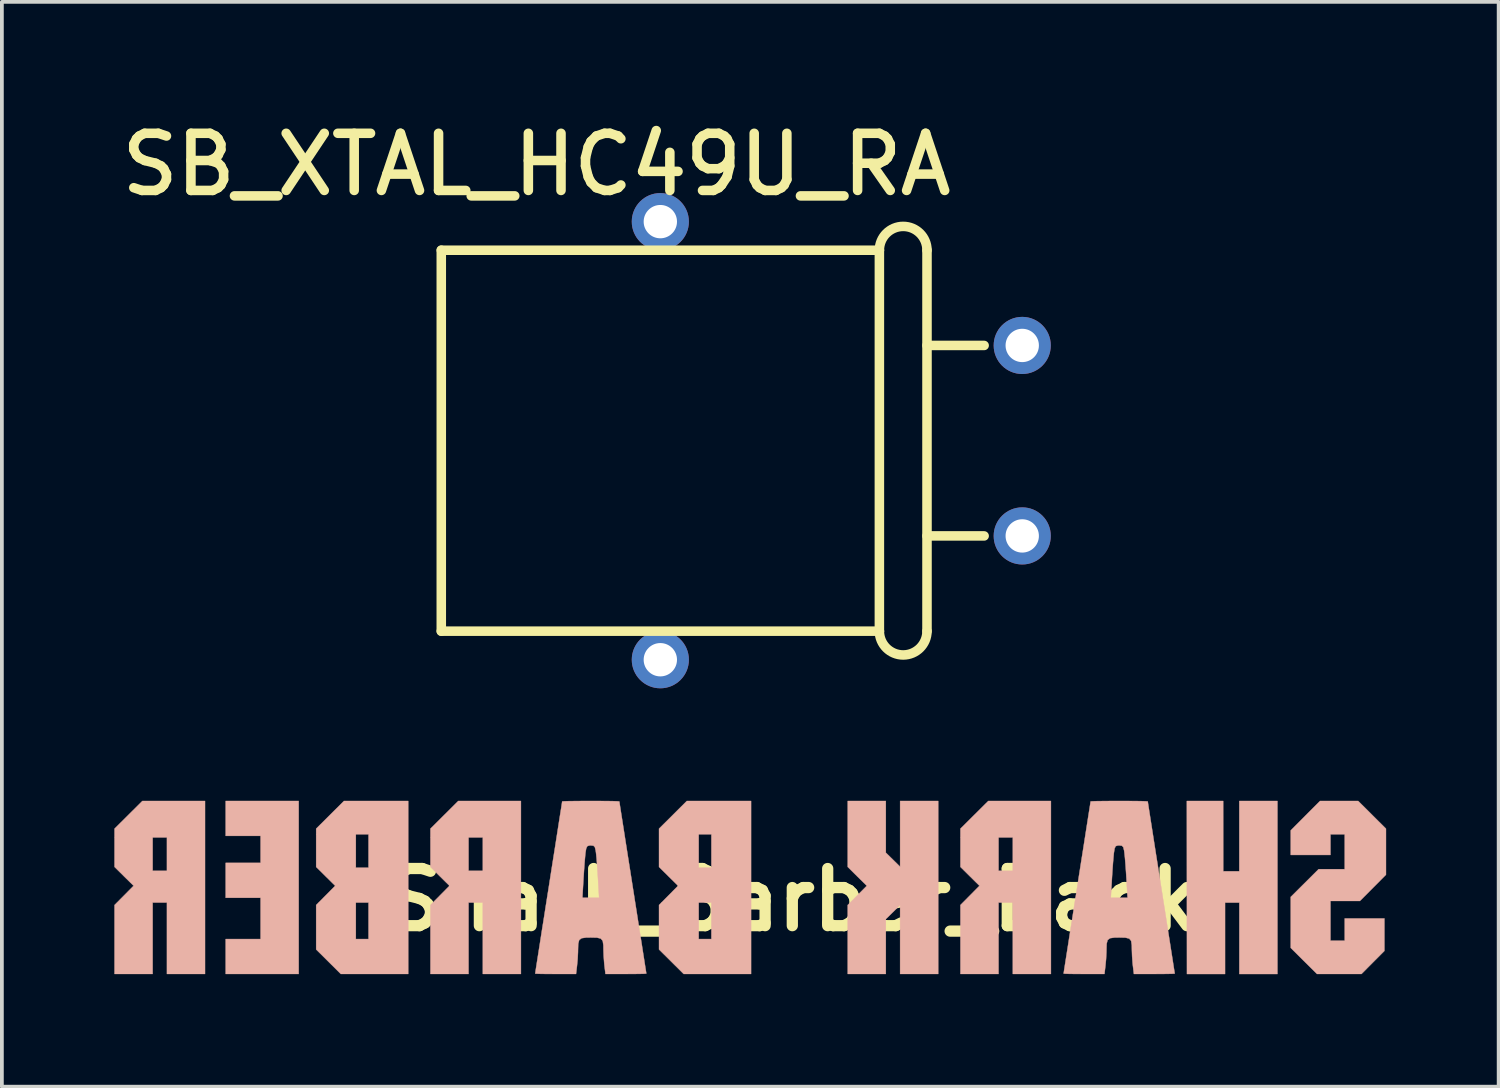
<source format=kicad_pcb>
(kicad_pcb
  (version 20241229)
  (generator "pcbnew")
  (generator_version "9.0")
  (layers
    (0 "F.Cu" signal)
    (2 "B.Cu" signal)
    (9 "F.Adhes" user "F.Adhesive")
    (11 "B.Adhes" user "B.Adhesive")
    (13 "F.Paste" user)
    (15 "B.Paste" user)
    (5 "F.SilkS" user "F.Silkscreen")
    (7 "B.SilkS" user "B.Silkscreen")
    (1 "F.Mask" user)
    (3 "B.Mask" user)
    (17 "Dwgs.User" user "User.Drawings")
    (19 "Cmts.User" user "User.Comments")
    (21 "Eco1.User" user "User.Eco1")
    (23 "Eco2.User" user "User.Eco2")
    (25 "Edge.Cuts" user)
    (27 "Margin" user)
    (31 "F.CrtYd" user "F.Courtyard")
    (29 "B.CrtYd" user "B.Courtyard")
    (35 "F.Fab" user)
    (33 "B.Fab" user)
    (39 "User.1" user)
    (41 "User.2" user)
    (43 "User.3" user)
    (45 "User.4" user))
  (footprint "SB_XTAL_HC49U_RA"
    (layer "F.Cu")
    (at 24.213 11.243)
    (property "Reference" "SB_XTAL_HC49U_RA" (at -12.954 -9.906 0) (layer "F.SilkS") (effects (font (size 1.524 1.524) (thickness 0.254))))
    (attr through_hole)
    (fp_line (start -15.494 -7.62) (end -15.494 2.54) (stroke (width 0.254) (type solid)) (layer "F.SilkS"))
    (fp_line (start -15.494 2.54) (end -3.81 2.54) (stroke (width 0.254) (type solid)) (layer "F.SilkS"))
    (fp_line (start -3.81 -7.62) (end -15.494 -7.62) (stroke (width 0.254) (type solid)) (layer "F.SilkS"))
    (fp_line (start -3.81 -7.62) (end -3.81 2.54) (stroke (width 0.254) (type solid)) (layer "F.SilkS"))
    (fp_line (start -2.54 -7.62) (end -2.54 2.54) (stroke (width 0.254) (type solid)) (layer "F.SilkS"))
    (fp_line (start -1.016 -5.08) (end -2.54 -5.08) (stroke (width 0.254) (type solid)) (layer "F.SilkS"))
    (fp_line (start -1.016 0) (end -2.54 0) (stroke (width 0.254) (type solid)) (layer "F.SilkS"))
    (fp_arc (start -3.81 -7.62) (mid -3.175 -8.255) (end -2.54 -7.62) (stroke (width 0.254) (type solid)) (layer "F.SilkS"))
    (fp_arc (start -2.54 2.54) (mid -3.175 3.175) (end -3.81 2.54) (stroke (width 0.254) (type solid)) (layer "F.SilkS"))
    (pad "1" thru_hole circle (at 0 0 270) (size 1.524 1.524) (drill 0.889) (layers "*.Cu" "*.Mask"))
    (pad "2" thru_hole circle (at -9.652 3.302 270) (size 1.524 1.524) (drill 0.889) (layers "*.Cu" "*.Mask"))
    (pad "3" thru_hole circle (at 0 -5.08 270) (size 1.524 1.524) (drill 0.889) (layers "*.Cu" "*.Mask"))
    (pad "4" thru_hole circle (at -9.652 -8.382 270) (size 1.524 1.524) (drill 0.889) (layers "*.Cu" "*.Mask")))
  (footprint "Shark_Barber_Back"
    (layer "F.Cu")
    (at 18.081 20.948)
    (property "Reference" "Shark_Barber_Back" (at 0 0 0) (layer "F.SilkS") (effects (font (size 1.524 1.524) (thickness 0.3))))
    (attr through_hole)
    (fp_poly (pts (xy 11.921 -0.762) (xy 11.492 -0.762) (xy 11.491 -2.636) (xy 10.522 -2.635) (xy 10.525 1.979) (xy 11.541 1.979) (xy 11.541 0.074) (xy 11.922 0.074) (xy 11.922 1.979) (xy 12.938 1.979) (xy 12.938 -2.635) (xy 11.921 -2.635)) (stroke (width 0.01) (type solid)) (fill yes) (layer "B.SilkS"))
    (fp_poly (pts (xy -15.112 -1.705) (xy -14.181 -1.705) (xy -14.181 -0.985) (xy -15.112 -0.985) (xy -15.112 -0.054) (xy -14.181 -0.054) (xy -14.181 1.047) (xy -15.112 1.047) (xy -15.112 1.978) (xy -13.165 1.978) (xy -13.165 -2.636) (xy -15.112 -2.636) (xy -15.112 -1.705)) (stroke (width 0.01) (type solid)) (fill yes) (layer "B.SilkS"))
    (fp_poly (pts (xy 2.875 -0.883) (xy 2.685 -1.07) (xy 2.494 -1.257) (xy 2.494 -2.636) (xy 1.478 -2.636) (xy 1.478 -0.877) (xy 1.732 -0.625) (xy 1.987 -0.374) (xy 1.478 0.139) (xy 1.478 1.978) (xy 2.494 1.978) (xy 2.494 0.514) (xy 2.685 0.327) (xy 2.875 0.14) (xy 2.875 1.978) (xy 3.891 1.978) (xy 3.891 -2.636) (xy 2.875 -2.636) (xy 2.875 -0.883)) (stroke (width 0.01) (type solid)) (fill yes) (layer "B.SilkS"))
    (fp_poly (pts (xy -18.076 -1.897) (xy -18.076 -0.877) (xy -17.822 -0.625) (xy -17.567 -0.374) (xy -18.076 0.139) (xy -18.076 1.978) (xy -17.06 1.978) (xy -17.06 0.073) (xy -16.679 0.073) (xy -16.679 1.978) (xy -15.663 1.978) (xy -15.663 -1.662) (xy -16.679 -1.662) (xy -16.679 -0.773) (xy -17.06 -0.773) (xy -17.06 -1.662) (xy -16.679 -1.662) (xy -15.663 -1.662) (xy -15.663 -2.636) (xy -17.333 -2.636) (xy -18.076 -1.897)) (stroke (width 0.01) (type solid)) (fill yes) (layer "B.SilkS"))
    (fp_poly (pts (xy 4.484 -1.897) (xy 4.484 -0.877) (xy 4.738 -0.625) (xy 4.992 -0.374) (xy 4.484 0.139) (xy 4.484 1.978) (xy 5.5 1.978) (xy 5.5 0.073) (xy 5.881 0.073) (xy 5.881 1.978) (xy 6.897 1.978) (xy 6.897 -1.662) (xy 5.881 -1.662) (xy 5.881 -0.773) (xy 5.5 -0.773) (xy 5.5 -1.662) (xy 5.881 -1.662) (xy 6.897 -1.662) (xy 6.897 -2.636) (xy 5.227 -2.636) (xy 4.484 -1.897)) (stroke (width 0.01) (type solid)) (fill yes) (layer "B.SilkS"))
    (fp_poly (pts (xy -9.28 -2.266) (xy -9.651 -1.897) (xy -9.651 -0.877) (xy -9.397 -0.625) (xy -9.143 -0.374) (xy -9.397 -0.117) (xy -9.651 0.139) (xy -9.651 1.978) (xy -8.635 1.978) (xy -8.635 0.073) (xy -8.254 0.073) (xy -8.254 1.978) (xy -7.238 1.978) (xy -7.238 -1.662) (xy -8.254 -1.662) (xy -8.254 -0.773) (xy -8.635 -0.773) (xy -8.635 -1.662) (xy -8.254 -1.662) (xy -7.238 -1.662) (xy -7.238 -2.636) (xy -8.909 -2.636) (xy -9.28 -2.266)) (stroke (width 0.01) (type solid)) (fill yes) (layer "B.SilkS"))
    (fp_poly (pts (xy -12.328 -2.266) (xy -12.699 -1.897) (xy -12.699 -0.877) (xy -12.445 -0.625) (xy -12.191 -0.374) (xy -12.445 -0.117) (xy -12.699 0.139) (xy -12.699 1.324) (xy -12.041 1.978) (xy -10.244 1.978) (xy -10.244 0.073) (xy -11.302 0.073) (xy -11.302 1.047) (xy -11.641 1.047) (xy -11.641 0.073) (xy -11.302 0.073) (xy -10.244 0.073) (xy -10.244 -1.747) (xy -11.302 -1.747) (xy -11.302 -0.858) (xy -11.641 -0.858) (xy -11.641 -1.747) (xy -11.302 -1.747) (xy -10.244 -1.747) (xy -10.244 -2.636) (xy -11.957 -2.636) (xy -12.328 -2.266)) (stroke (width 0.01) (type solid)) (fill yes) (layer "B.SilkS"))
    (fp_poly (pts (xy -3.184 -2.266) (xy -3.555 -1.897) (xy -3.555 -0.877) (xy -3.301 -0.625) (xy -3.047 -0.374) (xy -3.301 -0.117) (xy -3.555 0.139) (xy -3.555 1.324) (xy -2.897 1.978) (xy -1.1 1.978) (xy -1.1 0.073) (xy -2.158 0.073) (xy -2.158 1.047) (xy -2.497 1.047) (xy -2.497 0.073) (xy -2.158 0.073) (xy -1.1 0.073) (xy -1.1 -1.747) (xy -2.158 -1.747) (xy -2.158 -0.858) (xy -2.497 -0.858) (xy -2.497 -1.747) (xy -2.158 -1.747) (xy -1.1 -1.747) (xy -1.1 -2.636) (xy -2.813 -2.636) (xy -3.184 -2.266)) (stroke (width 0.01) (type solid)) (fill yes) (layer "B.SilkS"))
    (fp_poly (pts (xy 13.684 -2.244) (xy 13.293 -1.851) (xy 13.293 -1.197) (xy 14.352 -1.197) (xy 14.352 -1.747) (xy 14.733 -1.747) (xy 14.733 -0.816) (xy 14.036 -0.816) (xy 13.293 -0.077) (xy 13.293 1.282) (xy 13.643 1.63) (xy 13.994 1.978) (xy 15.179 1.978) (xy 15.485 1.67) (xy 15.791 1.363) (xy 15.791 0.497) (xy 14.733 0.497) (xy 14.733 1.089) (xy 14.352 1.089) (xy 14.352 0.031) (xy 15.137 0.031) (xy 15.485 -0.319) (xy 15.833 -0.669) (xy 15.833 -1.897) (xy 15.091 -2.636) (xy 14.075 -2.636) (xy 13.684 -2.244)) (stroke (width 0.01) (type solid)) (fill yes) (layer "B.SilkS"))
    (fp_poly (pts (xy -5.619 -2.635) (xy -5.83 -2.633) (xy -5.996 -2.631) (xy -6.103 -2.627) (xy -6.138 -2.623) (xy -6.144 -2.58) (xy -6.162 -2.461) (xy -6.192 -2.274) (xy -6.231 -2.025) (xy -6.278 -1.724) (xy -6.332 -1.378) (xy -6.393 -0.993) (xy -6.458 -0.578) (xy -6.497 -0.328) (xy -6.565 0.101) (xy -6.628 0.504) (xy -6.687 0.873) (xy -6.738 1.202) (xy -6.782 1.481) (xy -6.817 1.704) (xy -6.842 1.864) (xy -6.855 1.952) (xy -6.857 1.967) (xy -6.818 1.971) (xy -6.709 1.975) (xy -6.547 1.977) (xy -6.349 1.978) (xy -6.313 1.978) (xy -5.768 1.978) (xy -5.742 1.756) (xy -5.725 1.579) (xy -5.716 1.396) (xy -5.715 1.336) (xy -5.71 1.172) (xy -5.684 1.073) (xy -5.621 1.024) (xy -5.503 1.007) (xy -5.376 1.005) (xy -5.208 1.009) (xy -5.107 1.034) (xy -5.056 1.096) (xy -5.039 1.212) (xy -5.037 1.336) (xy -5.031 1.503) (xy -5.017 1.69) (xy -5.01 1.756) (xy -4.983 1.978) (xy -4.438 1.978) (xy -4.235 1.977) (xy -4.066 1.975) (xy -3.947 1.972) (xy -3.895 1.967) (xy -3.894 1.967) (xy -3.9 1.924) (xy -3.919 1.805) (xy -3.948 1.618) (xy -3.987 1.37) (xy -4.034 1.069) (xy -4.089 0.722) (xy -4.149 0.338) (xy -4.211 -0.054) (xy -5.152 -0.054) (xy -5.599 -0.054) (xy -5.57 -0.551) (xy -5.556 -0.771) (xy -5.541 -0.981) (xy -5.526 -1.155) (xy -5.517 -1.25) (xy -5.497 -1.371) (xy -5.468 -1.431) (xy -5.414 -1.449) (xy -5.376 -1.451) (xy -5.304 -1.443) (xy -5.266 -1.405) (xy -5.244 -1.315) (xy -5.235 -1.25) (xy -5.222 -1.124) (xy -5.207 -0.942) (xy -5.192 -0.727) (xy -5.181 -0.551) (xy -5.152 -0.054) (xy -4.211 -0.054) (xy -4.214 -0.077) (xy -4.254 -0.328) (xy -4.321 -0.756) (xy -4.385 -1.159) (xy -4.443 -1.529) (xy -4.494 -1.857) (xy -4.538 -2.137) (xy -4.573 -2.36) (xy -4.598 -2.52) (xy -4.611 -2.608) (xy -4.614 -2.623) (xy -4.654 -2.627) (xy -4.765 -2.631) (xy -4.935 -2.634) (xy -5.149 -2.635) (xy -5.376 -2.636) (xy -5.619 -2.635)) (stroke (width 0.01) (type solid)) (fill yes) (layer "B.SilkS"))
    (fp_poly (pts (xy 8.474 -2.635) (xy 8.263 -2.633) (xy 8.097 -2.631) (xy 7.99 -2.627) (xy 7.955 -2.623) (xy 7.949 -2.58) (xy 7.931 -2.461) (xy 7.901 -2.274) (xy 7.862 -2.025) (xy 7.815 -1.724) (xy 7.761 -1.378) (xy 7.7 -0.993) (xy 7.635 -0.578) (xy 7.596 -0.328) (xy 7.528 0.101) (xy 7.465 0.504) (xy 7.406 0.873) (xy 7.355 1.202) (xy 7.311 1.481) (xy 7.276 1.704) (xy 7.251 1.864) (xy 7.238 1.952) (xy 7.236 1.967) (xy 7.275 1.971) (xy 7.384 1.975) (xy 7.546 1.977) (xy 7.744 1.978) (xy 7.78 1.978) (xy 8.325 1.978) (xy 8.351 1.756) (xy 8.368 1.579) (xy 8.377 1.396) (xy 8.378 1.336) (xy 8.383 1.172) (xy 8.409 1.073) (xy 8.472 1.024) (xy 8.59 1.007) (xy 8.717 1.005) (xy 8.885 1.009) (xy 8.986 1.034) (xy 9.037 1.096) (xy 9.054 1.212) (xy 9.056 1.336) (xy 9.062 1.503) (xy 9.076 1.69) (xy 9.083 1.756) (xy 9.11 1.978) (xy 9.655 1.978) (xy 9.858 1.977) (xy 10.027 1.975) (xy 10.146 1.972) (xy 10.198 1.967) (xy 10.199 1.967) (xy 10.193 1.924) (xy 10.174 1.805) (xy 10.145 1.618) (xy 10.106 1.37) (xy 10.059 1.069) (xy 10.004 0.722) (xy 9.944 0.338) (xy 9.882 -0.054) (xy 8.941 -0.054) (xy 8.494 -0.054) (xy 8.523 -0.551) (xy 8.537 -0.771) (xy 8.552 -0.981) (xy 8.567 -1.155) (xy 8.576 -1.25) (xy 8.596 -1.371) (xy 8.625 -1.431) (xy 8.679 -1.449) (xy 8.717 -1.451) (xy 8.789 -1.443) (xy 8.827 -1.405) (xy 8.849 -1.315) (xy 8.858 -1.25) (xy 8.871 -1.124) (xy 8.886 -0.942) (xy 8.901 -0.727) (xy 8.912 -0.551) (xy 8.941 -0.054) (xy 9.882 -0.054) (xy 9.879 -0.077) (xy 9.839 -0.328) (xy 9.772 -0.756) (xy 9.708 -1.159) (xy 9.65 -1.529) (xy 9.599 -1.857) (xy 9.555 -2.137) (xy 9.52 -2.36) (xy 9.495 -2.52) (xy 9.482 -2.608) (xy 9.479 -2.623) (xy 9.439 -2.627) (xy 9.328 -2.631) (xy 9.158 -2.634) (xy 8.944 -2.635) (xy 8.717 -2.636) (xy 8.474 -2.635)) (stroke (width 0.01) (type solid)) (fill yes) (layer "B.SilkS")))
  (gr_rect
    (start -3 -3)
    (end 36.919 25.932)
    (stroke (width 0.1) (type default))
    (fill no)
    (layer "Edge.Cuts")))
</source>
